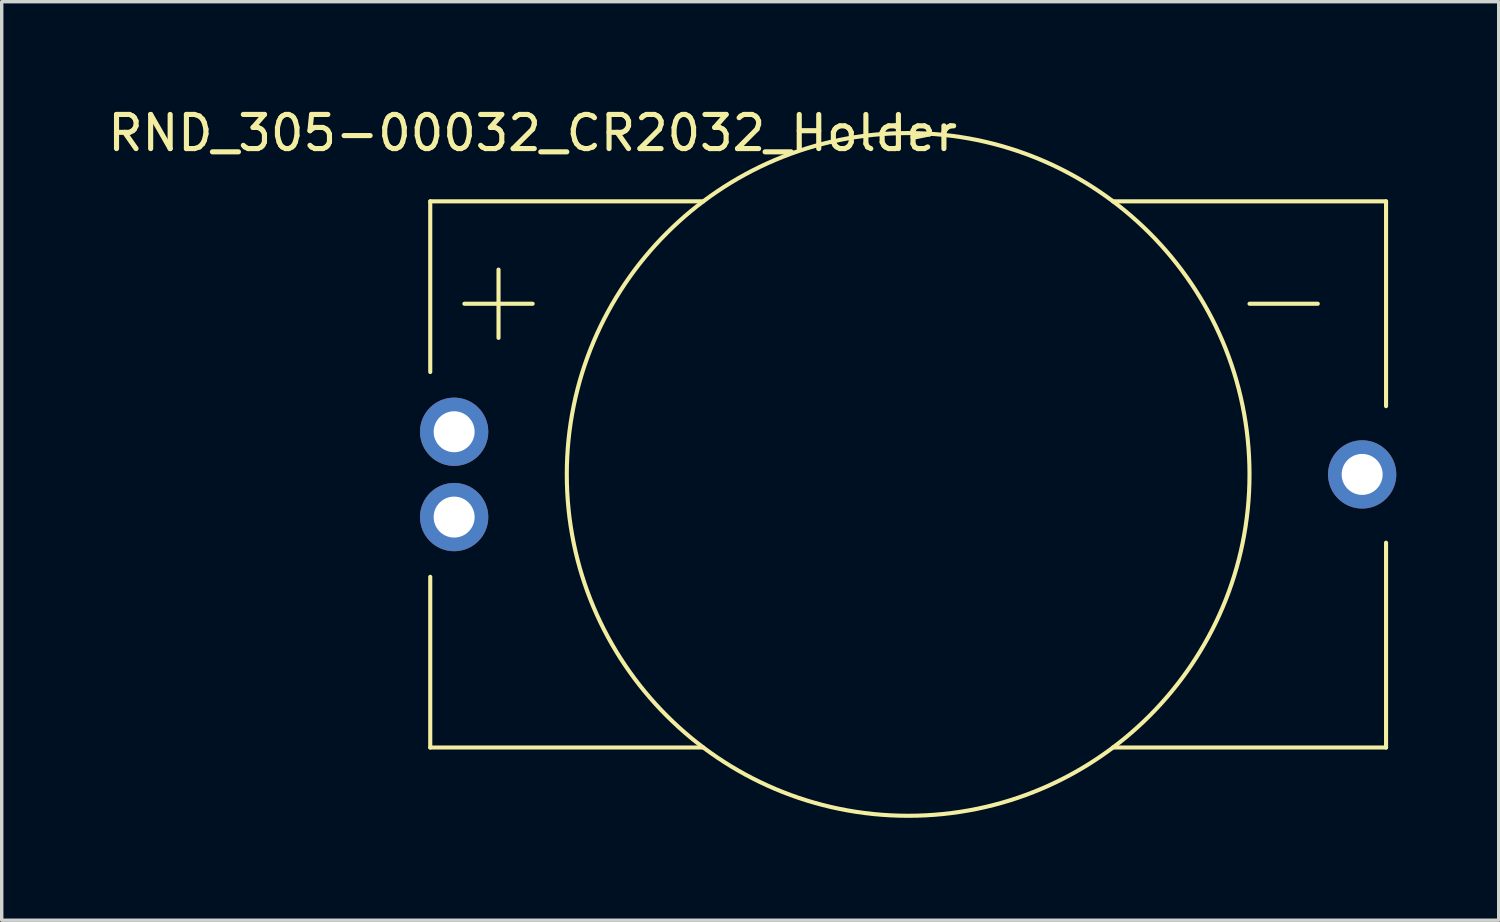
<source format=kicad_pcb>
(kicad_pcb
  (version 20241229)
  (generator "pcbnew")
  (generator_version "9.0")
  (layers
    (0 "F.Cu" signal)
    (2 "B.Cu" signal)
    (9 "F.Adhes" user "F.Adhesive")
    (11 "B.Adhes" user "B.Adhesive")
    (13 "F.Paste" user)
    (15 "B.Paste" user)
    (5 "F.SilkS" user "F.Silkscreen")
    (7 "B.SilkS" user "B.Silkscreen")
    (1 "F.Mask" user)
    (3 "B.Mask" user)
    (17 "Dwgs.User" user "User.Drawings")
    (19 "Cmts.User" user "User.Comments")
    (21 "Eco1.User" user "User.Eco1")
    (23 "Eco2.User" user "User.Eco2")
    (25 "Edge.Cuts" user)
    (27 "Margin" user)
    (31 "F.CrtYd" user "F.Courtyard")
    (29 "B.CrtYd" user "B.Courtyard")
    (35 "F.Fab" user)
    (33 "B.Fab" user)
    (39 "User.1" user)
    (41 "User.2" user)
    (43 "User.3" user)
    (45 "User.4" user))
  (footprint "RND_305-00032_CR2032_Holder"
    (layer "F.Cu")
    (at 23.554 10.848)
    (property "Reference" "RND_305-00032_CR2032_Holder" (at -11 -10 0) (layer "F.SilkS") (effects (font (size 1 1) (thickness 0.15))))
    (attr through_hole)
    (fp_line (start -14 -8) (end -14 -3) (stroke (width 0.12) (type solid)) (layer "F.SilkS"))
    (fp_line (start -14 8) (end -14 3) (stroke (width 0.12) (type solid)) (layer "F.SilkS"))
    (fp_line (start -14 8) (end -6 8) (stroke (width 0.12) (type solid)) (layer "F.SilkS"))
    (fp_line (start -13 -5) (end -11 -5) (stroke (width 0.12) (type solid)) (layer "F.SilkS"))
    (fp_line (start -12 -6) (end -12 -4) (stroke (width 0.12) (type solid)) (layer "F.SilkS"))
    (fp_line (start -6 -8) (end -14 -8) (stroke (width 0.12) (type solid)) (layer "F.SilkS"))
    (fp_line (start 6 -8) (end 14 -8) (stroke (width 0.12) (type solid)) (layer "F.SilkS"))
    (fp_line (start 10 -5) (end 12 -5) (stroke (width 0.12) (type solid)) (layer "F.SilkS"))
    (fp_line (start 14 -8) (end 14 -2) (stroke (width 0.12) (type solid)) (layer "F.SilkS"))
    (fp_line (start 14 2) (end 14 8) (stroke (width 0.12) (type solid)) (layer "F.SilkS"))
    (fp_line (start 14 8) (end 6 8) (stroke (width 0.12) (type solid)) (layer "F.SilkS"))
    (fp_circle (center 0 0) (end 0 -10) (stroke (width 0.12) (type solid)) (fill no) (layer "F.SilkS"))
    (pad "1" thru_hole circle (at -13.3 -1.25) (size 2 2) (drill 1.2) (layers "*.Cu" "*.Mask"))
    (pad "1" thru_hole circle (at -13.3 1.25) (size 2 2) (drill 1.2) (layers "*.Cu" "*.Mask"))
    (pad "2" thru_hole circle (at 13.3 0) (size 2 2) (drill 1.2) (layers "*.Cu" "*.Mask")))
  (gr_rect
    (start -3 -3)
    (end 40.854 23.908)
    (stroke (width 0.1) (type default))
    (fill no)
    (layer "Edge.Cuts")))
</source>
